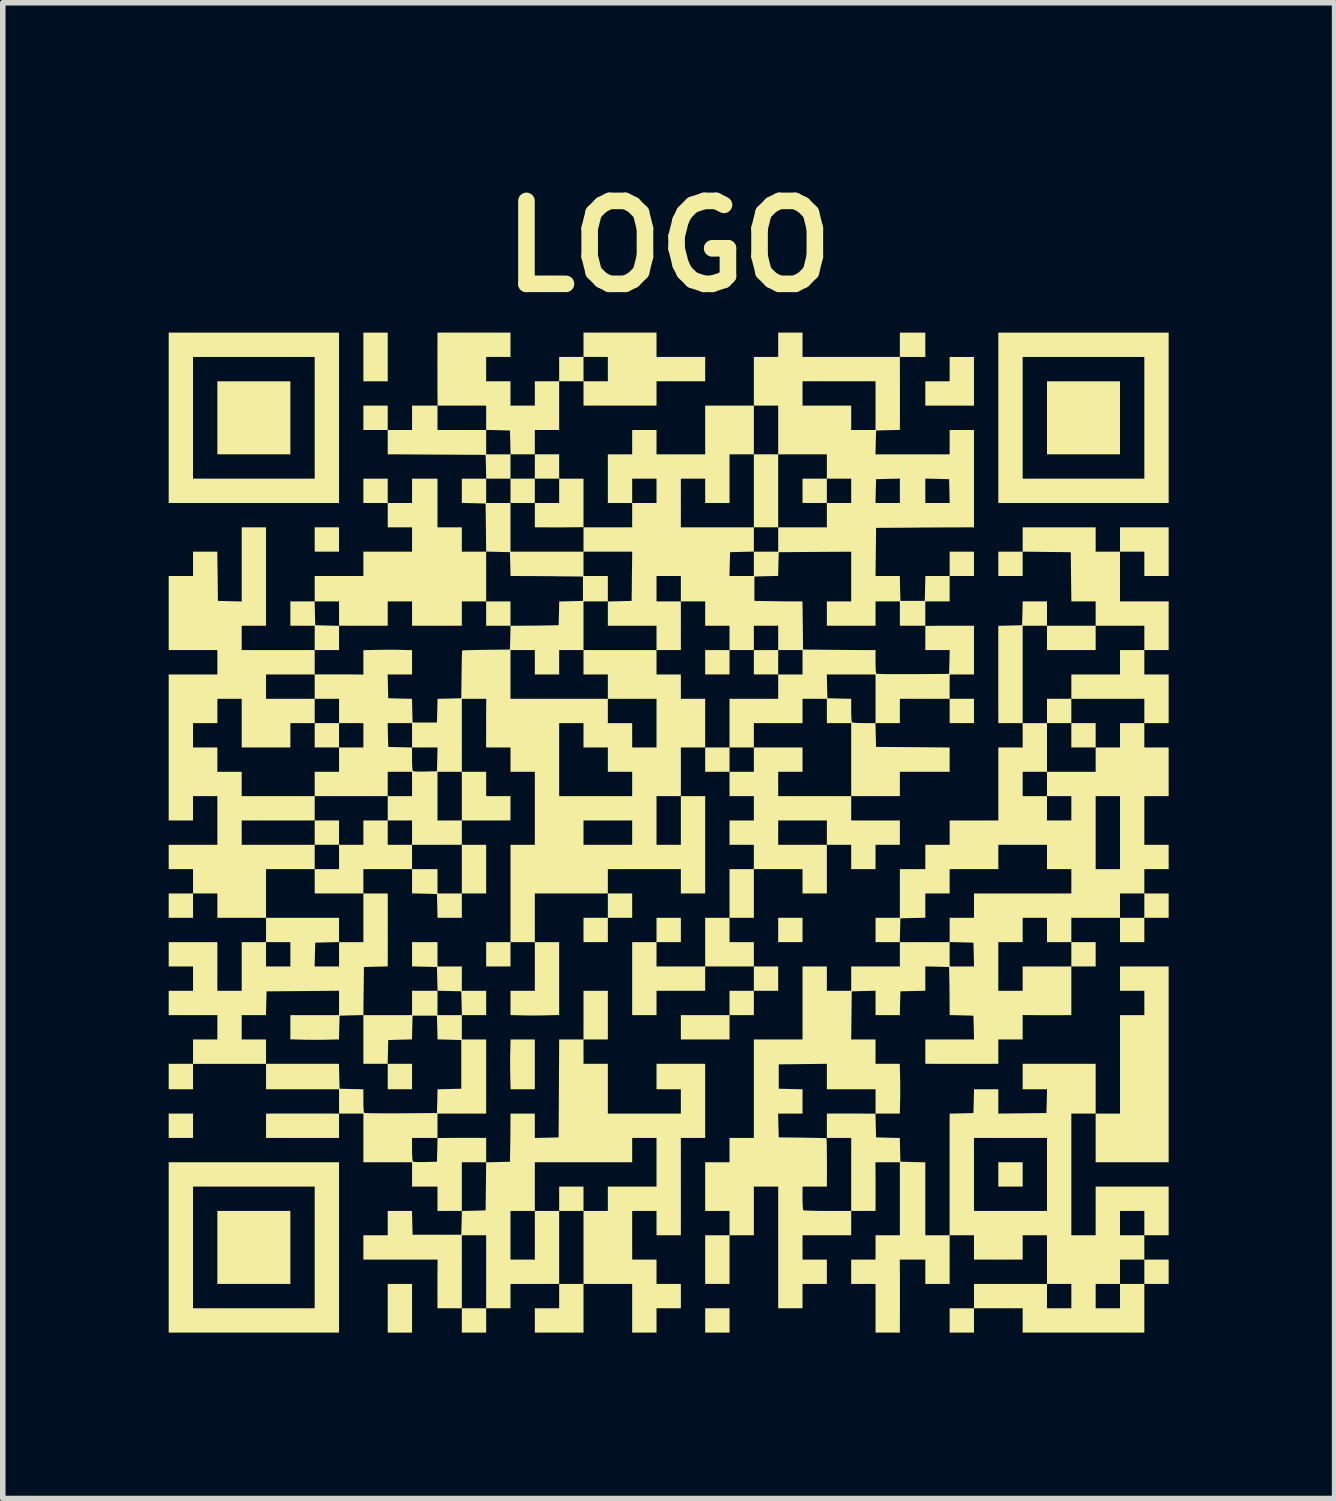
<source format=kicad_pcb>
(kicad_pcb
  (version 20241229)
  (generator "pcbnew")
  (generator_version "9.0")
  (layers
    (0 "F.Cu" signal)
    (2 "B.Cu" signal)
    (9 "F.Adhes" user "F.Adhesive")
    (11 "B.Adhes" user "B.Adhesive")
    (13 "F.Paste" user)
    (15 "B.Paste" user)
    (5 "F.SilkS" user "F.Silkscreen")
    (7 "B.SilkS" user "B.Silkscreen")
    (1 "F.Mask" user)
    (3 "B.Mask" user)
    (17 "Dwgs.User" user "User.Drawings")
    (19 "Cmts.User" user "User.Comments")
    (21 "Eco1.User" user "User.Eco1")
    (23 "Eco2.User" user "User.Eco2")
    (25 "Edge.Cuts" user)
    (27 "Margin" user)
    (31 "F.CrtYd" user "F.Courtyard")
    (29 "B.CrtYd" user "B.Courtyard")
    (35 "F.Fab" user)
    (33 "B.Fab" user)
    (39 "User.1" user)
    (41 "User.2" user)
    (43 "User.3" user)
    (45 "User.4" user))
  (footprint "LOGO"
    (layer "F.Cu")
    (at 9.04 12.004)
    (property "Reference" "LOGO" (at 0 -10.6 0) (layer "F.SilkS") (effects (font (size 1.5 1.5) (thickness 0.3))))
    (attr board_only exclude_from_pos_files exclude_from_bom)
    (fp_poly (pts (xy 4.18 -8.6) (xy 4.18 -8.6) (xy 4.18 -8.6) (xy 4.18 -8.6)) (stroke (width 0) (type solid)) (fill yes) (layer "F.SilkS"))
    (fp_poly (pts (xy -8.6 5.3) (xy -8.6 5.52) (xy -8.82 5.52) (xy -9.04 5.52) (xy -9.04 5.3) (xy -9.04 5.08) (xy -8.82 5.08) (xy -8.6 5.08)) (stroke (width 0) (type solid)) (fill yes) (layer "F.SilkS"))
    (fp_poly (pts (xy -6.84 -7.5) (xy -6.84 -6.84) (xy -7.5 -6.84) (xy -8.16 -6.84) (xy -8.16 -7.5) (xy -8.16 -8.16) (xy -7.5 -8.16) (xy -6.84 -8.16)) (stroke (width 0) (type solid)) (fill yes) (layer "F.SilkS"))
    (fp_poly (pts (xy -6.84 7.5) (xy -6.84 8.16) (xy -7.5 8.16) (xy -8.16 8.16) (xy -8.16 7.5) (xy -8.16 6.84) (xy -7.5 6.84) (xy -6.84 6.84)) (stroke (width 0) (type solid)) (fill yes) (layer "F.SilkS"))
    (fp_poly (pts (xy -5.96 -5.3) (xy -5.96 -5.08) (xy -6.18 -5.08) (xy -6.4 -5.08) (xy -6.4 -5.3) (xy -6.4 -5.52) (xy -6.18 -5.52) (xy -5.96 -5.52)) (stroke (width 0) (type solid)) (fill yes) (layer "F.SilkS"))
    (fp_poly (pts (xy -5.96 -1.76) (xy -5.96 -1.54) (xy -6.18 -1.54) (xy -6.4 -1.54) (xy -6.4 -1.76) (xy -6.4 -1.98) (xy -6.18 -1.98) (xy -5.96 -1.98)) (stroke (width 0) (type solid)) (fill yes) (layer "F.SilkS"))
    (fp_poly (pts (xy -5.96 0) (xy -5.96 0.22) (xy -6.18 0.22) (xy -6.4 0.22) (xy -6.4 0) (xy -6.4 -0.22) (xy -6.18 -0.22) (xy -5.96 -0.22)) (stroke (width 0) (type solid)) (fill yes) (layer "F.SilkS"))
    (fp_poly (pts (xy -5.08 -8.6) (xy -5.08 -8.16) (xy -5.3 -8.16) (xy -5.52 -8.16) (xy -5.52 -8.6) (xy -5.52 -9.04) (xy -5.3 -9.04) (xy -5.08 -9.04)) (stroke (width 0) (type solid)) (fill yes) (layer "F.SilkS"))
    (fp_poly (pts (xy -4.64 4.41) (xy -4.64 4.64) (xy -4.86 4.64) (xy -5.08 4.64) (xy -5.08 4.41) (xy -5.08 4.18) (xy -4.86 4.18) (xy -4.64 4.18)) (stroke (width 0) (type solid)) (fill yes) (layer "F.SilkS"))
    (fp_poly (pts (xy -4.64 8.6) (xy -4.64 9.04) (xy -4.86 9.04) (xy -5.08 9.04) (xy -5.08 8.6) (xy -5.08 8.16) (xy -4.86 8.16) (xy -4.64 8.16)) (stroke (width 0) (type solid)) (fill yes) (layer "F.SilkS"))
    (fp_poly (pts (xy -2.86 -3.96) (xy -2.86 -3.74) (xy -3.08 -3.74) (xy -3.3 -3.74) (xy -3.3 -3.96) (xy -3.3 -4.18) (xy -3.08 -4.18) (xy -2.86 -4.18)) (stroke (width 0) (type solid)) (fill yes) (layer "F.SilkS"))
    (fp_poly (pts (xy -2.42 -6.18) (xy -2.42 -5.96) (xy -2.64 -5.96) (xy -2.86 -5.96) (xy -2.86 -6.18) (xy -2.86 -6.4) (xy -2.64 -6.4) (xy -2.42 -6.4)) (stroke (width 0) (type solid)) (fill yes) (layer "F.SilkS"))
    (fp_poly (pts (xy -1.54 6.62) (xy -1.54 6.84) (xy -1.76 6.84) (xy -1.98 6.84) (xy -1.98 6.62) (xy -1.98 6.4) (xy -1.76 6.4) (xy -1.54 6.4)) (stroke (width 0) (type solid)) (fill yes) (layer "F.SilkS"))
    (fp_poly (pts (xy 1.1 -3.08) (xy 1.1 -2.86) (xy 0.88 -2.86) (xy 0.66 -2.86) (xy 0.66 -3.08) (xy 0.66 -3.3) (xy 0.88 -3.3) (xy 1.1 -3.3)) (stroke (width 0) (type solid)) (fill yes) (layer "F.SilkS"))
    (fp_poly (pts (xy 1.1 8.82) (xy 1.1 9.04) (xy 0.88 9.04) (xy 0.66 9.04) (xy 0.66 8.82) (xy 0.66 8.6) (xy 0.88 8.6) (xy 1.1 8.6)) (stroke (width 0) (type solid)) (fill yes) (layer "F.SilkS"))
    (fp_poly (pts (xy 1.98 -6.18) (xy 1.98 -5.52) (xy 1.76 -5.52) (xy 1.54 -5.52) (xy 1.54 -6.18) (xy 1.54 -6.84) (xy 1.76 -6.84) (xy 1.98 -6.84)) (stroke (width 0) (type solid)) (fill yes) (layer "F.SilkS"))
    (fp_poly (pts (xy 1.98 -3.08) (xy 1.98 -2.86) (xy 1.76 -2.86) (xy 1.54 -2.86) (xy 1.54 -3.08) (xy 1.54 -3.3) (xy 1.76 -3.3) (xy 1.98 -3.3)) (stroke (width 0) (type solid)) (fill yes) (layer "F.SilkS"))
    (fp_poly (pts (xy 2.42 1.76) (xy 2.42 1.98) (xy 2.2 1.98) (xy 1.98 1.98) (xy 1.98 1.76) (xy 1.98 1.54) (xy 2.2 1.54) (xy 2.42 1.54)) (stroke (width 0) (type solid)) (fill yes) (layer "F.SilkS"))
    (fp_poly (pts (xy 2.86 -6.18) (xy 2.86 -5.96) (xy 2.64 -5.96) (xy 2.42 -5.96) (xy 2.42 -6.18) (xy 2.42 -6.4) (xy 2.64 -6.4) (xy 2.86 -6.4)) (stroke (width 0) (type solid)) (fill yes) (layer "F.SilkS"))
    (fp_poly (pts (xy 4.64 -8.82) (xy 4.64 -8.6) (xy 4.41 -8.6) (xy 4.18 -8.6) (xy 4.18 -8.82) (xy 4.18 -9.04) (xy 4.41 -9.04) (xy 4.64 -9.04)) (stroke (width 0) (type solid)) (fill yes) (layer "F.SilkS"))
    (fp_poly (pts (xy 5.52 -2.2) (xy 5.52 -1.98) (xy 5.3 -1.98) (xy 5.08 -1.98) (xy 5.08 -2.2) (xy 5.08 -2.42) (xy 5.3 -2.42) (xy 5.52 -2.42)) (stroke (width 0) (type solid)) (fill yes) (layer "F.SilkS"))
    (fp_poly (pts (xy 6.4 6.18) (xy 6.4 6.4) (xy 6.18 6.4) (xy 5.96 6.4) (xy 5.96 6.18) (xy 5.96 5.96) (xy 6.18 5.96) (xy 6.4 5.96)) (stroke (width 0) (type solid)) (fill yes) (layer "F.SilkS"))
    (fp_poly (pts (xy 7.28 -2.2) (xy 7.28 -1.98) (xy 7.06 -1.98) (xy 6.84 -1.98) (xy 6.84 -2.2) (xy 6.84 -2.42) (xy 7.06 -2.42) (xy 7.28 -2.42)) (stroke (width 0) (type solid)) (fill yes) (layer "F.SilkS"))
    (fp_poly (pts (xy 7.72 -1.76) (xy 7.72 -1.54) (xy 7.5 -1.54) (xy 7.28 -1.54) (xy 7.28 -1.76) (xy 7.28 -1.98) (xy 7.5 -1.98) (xy 7.72 -1.98)) (stroke (width 0) (type solid)) (fill yes) (layer "F.SilkS"))
    (fp_poly (pts (xy 8.16 -7.5) (xy 8.16 -6.84) (xy 7.5 -6.84) (xy 6.84 -6.84) (xy 6.84 -7.5) (xy 6.84 -8.16) (xy 7.5 -8.16) (xy 8.16 -8.16)) (stroke (width 0) (type solid)) (fill yes) (layer "F.SilkS"))
    (fp_poly (pts (xy -2.42 4.19) (xy -2.42 4.64) (xy -2.639 4.64) (xy -2.858 4.64) (xy -2.864 4.405) (xy -2.866 4.282) (xy -2.867 4.145) (xy -2.866 4.016) (xy -2.864 3.955) (xy -2.859 3.74) (xy -2.639 3.74) (xy -2.42 3.74)) (stroke (width 0) (type solid)) (fill yes) (layer "F.SilkS"))
    (fp_poly (pts (xy 5.52 -8.16) (xy 5.52 -7.72) (xy 5.08 -7.72) (xy 4.64 -7.72) (xy 4.64 -7.94) (xy 4.64 -8.16) (xy 4.86 -8.16) (xy 5.08 -8.16) (xy 5.08 -8.38) (xy 5.08 -8.6) (xy 5.3 -8.6) (xy 5.52 -8.6)) (stroke (width 0) (type solid)) (fill yes) (layer "F.SilkS"))
    (fp_poly (pts (xy -6.704 5.079) (xy -6.555 5.079) (xy -6.409 5.079) (xy -6.395 5.079) (xy -5.96 5.08) (xy -5.96 5.3) (xy -5.96 5.52) (xy -6.62 5.52) (xy -7.28 5.52) (xy -7.28 5.3) (xy -7.28 5.08) (xy -7.055 5.079) (xy -6.964 5.079) (xy -6.843 5.079)) (stroke (width 0) (type solid)) (fill yes) (layer "F.SilkS"))
    (fp_poly (pts (xy -1.98 2.639) (xy -1.98 3.298) (xy -2.215 3.304) (xy -2.336 3.306) (xy -2.469 3.307) (xy -2.594 3.306) (xy -2.655 3.304) (xy -2.86 3.299) (xy -2.86 3.079) (xy -2.86 2.86) (xy -2.64 2.86) (xy -2.42 2.86) (xy -2.42 2.42) (xy -2.42 1.98) (xy -2.2 1.98) (xy -1.98 1.98)) (stroke (width 0) (type solid)) (fill yes) (layer "F.SilkS"))
    (fp_poly (pts (xy -1.54 -5.96) (xy -1.54 -5.522) (xy -1.765 -5.52) (xy -1.887 -5.519) (xy -2.024 -5.519) (xy -2.154 -5.519) (xy -2.205 -5.519) (xy -2.42 -5.52) (xy -2.42 -5.74) (xy -2.42 -5.96) (xy -2.2 -5.96) (xy -1.98 -5.96) (xy -1.98 -6.18) (xy -1.98 -6.4) (xy -1.76 -6.4) (xy -1.54 -6.4)) (stroke (width 0) (type solid)) (fill yes) (layer "F.SilkS"))
    (fp_poly (pts (xy -0.66 1.32) (xy -0.66 1.54) (xy -0.88 1.54) (xy -1.1 1.54) (xy -1.1 1.76) (xy -1.1 1.98) (xy -1.32 1.98) (xy -1.54 1.98) (xy -1.54 1.76) (xy -1.54 1.54) (xy -1.32 1.54) (xy -1.1 1.54) (xy -1.1 1.32) (xy -1.1 1.1) (xy -0.88 1.1) (xy -0.66 1.1)) (stroke (width 0) (type solid)) (fill yes) (layer "F.SilkS"))
    (fp_poly (pts (xy -5.96 -7.5) (xy -5.96 -5.96) (xy -7.5 -5.96) (xy -9.04 -5.96) (xy -9.04 -7.5) (xy -8.6 -7.5) (xy -8.6 -6.4) (xy -7.5 -6.4) (xy -6.4 -6.4) (xy -6.4 -7.5) (xy -6.4 -8.6) (xy -7.5 -8.6) (xy -8.6 -8.6) (xy -8.6 -7.5) (xy -9.04 -7.5) (xy -9.04 -9.04) (xy -7.5 -9.04) (xy -5.96 -9.04)) (stroke (width 0) (type solid)) (fill yes) (layer "F.SilkS"))
    (fp_poly (pts (xy -5.96 7.5) (xy -5.96 9.04) (xy -7.5 9.04) (xy -9.04 9.04) (xy -9.04 7.5) (xy -8.6 7.5) (xy -8.6 8.6) (xy -7.5 8.6) (xy -6.4 8.6) (xy -6.4 7.5) (xy -6.4 6.4) (xy -7.5 6.4) (xy -8.6 6.4) (xy -8.6 7.5) (xy -9.04 7.5) (xy -9.04 5.96) (xy -7.5 5.96) (xy -5.96 5.96)) (stroke (width 0) (type solid)) (fill yes) (layer "F.SilkS"))
    (fp_poly (pts (xy 9.04 -7.5) (xy 9.04 -5.96) (xy 7.5 -5.96) (xy 5.96 -5.96) (xy 5.96 -7.5) (xy 6.4 -7.5) (xy 6.4 -6.4) (xy 7.5 -6.4) (xy 8.6 -6.4) (xy 8.6 -7.5) (xy 8.6 -8.6) (xy 7.5 -8.6) (xy 6.4 -8.6) (xy 6.4 -7.5) (xy 5.96 -7.5) (xy 5.96 -9.04) (xy 7.5 -9.04) (xy 9.04 -9.04)) (stroke (width 0) (type solid)) (fill yes) (layer "F.SilkS"))
    (fp_poly (pts (xy -4.18 2.2) (xy -4.18 2.42) (xy -3.96 2.42) (xy -3.74 2.42) (xy -3.74 2.64) (xy -3.74 2.86) (xy -3.52 2.86) (xy -3.3 2.86) (xy -3.3 3.08) (xy -3.3 3.3) (xy -3.52 3.3) (xy -3.739 3.3) (xy -3.744 3.085) (xy -3.75 2.87) (xy -3.965 2.864) (xy -4.179 2.859) (xy -4.184 2.645) (xy -4.19 2.43) (xy -4.415 2.424) (xy -4.64 2.419) (xy -4.64 2.199) (xy -4.64 1.98) (xy -4.41 1.98) (xy -4.18 1.98)) (stroke (width 0) (type solid)) (fill yes) (layer "F.SilkS"))
    (fp_poly (pts (xy -3.3 0.66) (xy -3.3 1.1) (xy -3.52 1.1) (xy -3.74 1.1) (xy -3.74 1.32) (xy -3.74 1.54) (xy -3.959 1.54) (xy -4.179 1.54) (xy -4.184 1.325) (xy -4.19 1.11) (xy -4.415 1.104) (xy -4.64 1.099) (xy -4.64 0.879) (xy -4.64 0.66) (xy -4.41 0.66) (xy -4.18 0.66) (xy -4.18 0.88) (xy -4.18 1.1) (xy -3.96 1.1) (xy -3.74 1.1) (xy -3.74 0.66) (xy -3.74 0.22) (xy -3.52 0.22) (xy -3.3 0.22)) (stroke (width 0) (type solid)) (fill yes) (layer "F.SilkS"))
    (fp_poly (pts (xy 1.98 2.64) (xy 1.98 2.86) (xy 1.76 2.86) (xy 1.54 2.86) (xy 1.54 3.08) (xy 1.54 3.3) (xy 1.32 3.3) (xy 1.1 3.3) (xy 1.1 3.52) (xy 1.1 3.74) (xy 0.66 3.74) (xy 0.22 3.74) (xy 0.22 3.52) (xy 0.22 3.3) (xy 0.66 3.3) (xy 1.1 3.3) (xy 1.1 3.08) (xy 1.1 2.86) (xy 1.32 2.86) (xy 1.54 2.86) (xy 1.54 2.64) (xy 1.54 2.42) (xy 1.76 2.42) (xy 1.98 2.42)) (stroke (width 0) (type solid)) (fill yes) (layer "F.SilkS"))
    (fp_poly (pts (xy -5.08 -7.5) (xy -5.08 -7.28) (xy -4.86 -7.28) (xy -4.64 -7.28) (xy -4.64 -7.5) (xy -4.64 -7.72) (xy -4.409 -7.72) (xy -4.18 -7.72) (xy -4.18 -7.5) (xy -4.18 -7.28) (xy -3.74 -7.28) (xy -3.3 -7.28) (xy -3.3 -7.06) (xy -3.3 -6.84) (xy -3.08 -6.84) (xy -2.86 -6.84) (xy -2.86 -6.62) (xy -2.86 -6.4) (xy -3.08 -6.4) (xy -3.299 -6.4) (xy -3.304 -6.615) (xy -3.31 -6.83) (xy -4.195 -6.835) (xy -5.08 -6.84) (xy -5.08 -7.06) (xy -5.08 -7.28) (xy -5.3 -7.28) (xy -5.52 -7.28) (xy -5.52 -7.5) (xy -5.52 -7.72) (xy -5.3 -7.72) (xy -5.08 -7.72)) (stroke (width 0) (type solid)) (fill yes) (layer "F.SilkS"))
    (fp_poly (pts (xy -2.86 -8.82) (xy -2.86 -8.6) (xy -3.08 -8.6) (xy -3.3 -8.6) (xy -3.3 -8.38) (xy -3.3 -8.16) (xy -3.08 -8.16) (xy -2.86 -8.16) (xy -2.86 -7.94) (xy -2.86 -7.72) (xy -2.64 -7.72) (xy -2.42 -7.72) (xy -2.42 -7.94) (xy -2.42 -8.16) (xy -2.2 -8.16) (xy -1.98 -8.16) (xy -1.98 -8.38) (xy -1.54 -8.38) (xy -1.54 -8.16) (xy -1.32 -8.16) (xy -1.1 -8.16) (xy -1.1 -8.38) (xy -1.1 -8.6) (xy -1.32 -8.6) (xy -1.54 -8.6) (xy -1.54 -8.38) (xy -1.98 -8.38) (xy -1.98 -8.6) (xy -1.76 -8.6) (xy -1.54 -8.6) (xy -1.54 -8.82) (xy -1.54 -9.04) (xy -0.88 -9.04) (xy -0.22 -9.04) (xy -0.22 -8.82) (xy -0.22 -8.6) (xy 0.22 -8.6) (xy 0.66 -8.6) (xy 0.66 -8.38) (xy 0.66 -8.16) (xy 0.22 -8.16) (xy -0.22 -8.16) (xy -0.22 -7.94) (xy -0.22 -7.72) (xy -0.88 -7.72) (xy -1.54 -7.72) (xy -1.54 -7.94) (xy -1.54 -8.16) (xy -1.76 -8.16) (xy -1.98 -8.16) (xy -1.98 -7.72) (xy -1.98 -7.28) (xy -2.2 -7.28) (xy -2.42 -7.28) (xy -2.42 -7.06) (xy -2.42 -6.84) (xy -2.2 -6.84) (xy -1.98 -6.84) (xy -1.98 -6.62) (xy -1.98 -6.4) (xy -2.2 -6.4) (xy -2.42 -6.4) (xy -2.42 -6.62) (xy -2.42 -6.84) (xy -2.639 -6.84) (xy -2.859 -6.84) (xy -2.864 -7.055) (xy -2.87 -7.27) (xy -3.085 -7.276) (xy -3.3 -7.281) (xy -3.3 -7.501) (xy -3.3 -7.72) (xy -3.74 -7.72) (xy -4.178 -7.72) (xy -4.18 -7.935) (xy -4.181 -8.022) (xy -4.181 -8.139) (xy -4.181 -8.276) (xy -4.181 -8.423) (xy -4.181 -8.57) (xy -4.181 -8.595) (xy -4.18 -9.04) (xy -3.52 -9.04) (xy -2.86 -9.04)) (stroke (width 0) (type solid)) (fill yes) (layer "F.SilkS"))
    (fp_poly (pts (xy -5.079 1.32) (xy -5.079 1.44) (xy -5.079 1.578) (xy -5.079 1.712) (xy -5.079 1.77) (xy -5.079 1.892) (xy -5.079 2.026) (xy -5.079 2.153) (xy -5.079 2.209) (xy -5.08 2.419) (xy -5.295 2.424) (xy -5.51 2.43) (xy -5.515 2.865) (xy -5.52 3.3) (xy -5.08 3.3) (xy -4.64 3.3) (xy -4.64 3.08) (xy -4.64 2.86) (xy -4.409 2.86) (xy -4.18 2.86) (xy -4.18 3.079) (xy -4.18 3.3) (xy -3.959 3.3) (xy -3.74 3.3) (xy -3.74 3.52) (xy -3.74 3.74) (xy -3.52 3.74) (xy -3.3 3.74) (xy -3.3 4.41) (xy -3.3 5.08) (xy -3.74 5.08) (xy -4.18 5.08) (xy -4.18 5.301) (xy -4.18 5.52) (xy -4.409 5.52) (xy -4.64 5.52) (xy -4.64 5.727) (xy -4.639 5.814) (xy -4.635 5.886) (xy -4.63 5.933) (xy -4.626 5.947) (xy -4.601 5.953) (xy -4.546 5.956) (xy -4.468 5.957) (xy -4.401 5.956) (xy -4.19 5.95) (xy -4.184 5.735) (xy -4.179 5.522) (xy -3.965 5.52) (xy -3.846 5.519) (xy -3.71 5.519) (xy -3.578 5.519) (xy -3.525 5.519) (xy -3.3 5.52) (xy -3.3 5.741) (xy -3.3 5.961) (xy -3.085 5.956) (xy -2.87 5.95) (xy -2.866 5.73) (xy -2.864 5.608) (xy -2.862 5.471) (xy -2.861 5.341) (xy -2.861 5.295) (xy -2.86 5.08) (xy -2.64 5.08) (xy -2.42 5.08) (xy -2.42 5.301) (xy -2.42 5.521) (xy -2.205 5.516) (xy -1.99 5.51) (xy -1.985 4.625) (xy -1.98 3.74) (xy -1.76 3.74) (xy -1.54 3.74) (xy -1.54 3.3) (xy -1.54 2.86) (xy -1.32 2.86) (xy -1.1 2.86) (xy -1.1 3.3) (xy -1.1 3.74) (xy -1.32 3.74) (xy -1.54 3.74) (xy -1.54 3.96) (xy -1.54 4.18) (xy -1.32 4.18) (xy -1.1 4.18) (xy -1.1 4.63) (xy -1.1 5.08) (xy -0.44 5.08) (xy 0.22 5.08) (xy 0.22 4.86) (xy 0.22 4.64) (xy 0 4.64) (xy -0.22 4.64) (xy -0.22 4.41) (xy -0.22 4.18) (xy 0.22 4.18) (xy 0.66 4.18) (xy 0.66 4.85) (xy 0.66 5.52) (xy 0.44 5.52) (xy 0.22 5.52) (xy 0.22 6.4) (xy 0.22 7.28) (xy 0 7.28) (xy -0.22 7.28) (xy -0.22 7.06) (xy -0.22 6.84) (xy -0.44 6.84) (xy -0.66 6.84) (xy -0.66 7.28) (xy -0.66 7.72) (xy -0.44 7.72) (xy -0.22 7.72) (xy -0.22 7.94) (xy -0.22 8.16) (xy 0 8.16) (xy 0.22 8.16) (xy 0.22 8.38) (xy 0.22 8.6) (xy 0 8.6) (xy -0.22 8.6) (xy -0.22 8.82) (xy -0.22 9.04) (xy -0.44 9.04) (xy -0.66 9.04) (xy -0.66 8.6) (xy -0.66 8.16) (xy -1.1 8.16) (xy -1.54 8.16) (xy -1.54 8.6) (xy -1.54 9.04) (xy -1.98 9.04) (xy -2.42 9.04) (xy -2.42 8.82) (xy -2.42 8.6) (xy -2.2 8.6) (xy -1.98 8.6) (xy -1.98 8.38) (xy -1.98 8.16) (xy -2.42 8.16) (xy -2.86 8.16) (xy -2.86 8.38) (xy -2.86 8.6) (xy -3.08 8.6) (xy -3.3 8.6) (xy -3.3 8.82) (xy -3.3 9.04) (xy -3.52 9.04) (xy -3.74 9.04) (xy -3.74 8.82) (xy -3.74 8.6) (xy -3.96 8.6) (xy -4.18 8.6) (xy -4.181 8.375) (xy -4.181 8.253) (xy -4.181 8.116) (xy -4.181 7.986) (xy -4.18 7.94) (xy -3.74 7.94) (xy -3.74 8.6) (xy -3.52 8.6) (xy -3.3 8.6) (xy -3.3 7.94) (xy -3.3 7.28) (xy -3.52 7.28) (xy -3.74 7.28) (xy -3.74 7.94) (xy -4.18 7.94) (xy -4.18 7.935) (xy -4.178 7.72) (xy -4.849 7.72) (xy -5.52 7.72) (xy -5.52 7.5) (xy -5.52 7.28) (xy -5.3 7.28) (xy -5.08 7.28) (xy -5.08 7.06) (xy -5.08 6.84) (xy -4.861 6.84) (xy -4.641 6.84) (xy -4.636 7.055) (xy -4.63 7.27) (xy -4.19 7.27) (xy -3.75 7.27) (xy -3.744 7.055) (xy -3.739 6.841) (xy -3.689 6.84) (xy -2.86 6.84) (xy -2.86 7.28) (xy -2.86 7.72) (xy -2.64 7.72) (xy -2.42 7.72) (xy -2.42 7.28) (xy -2.42 6.84) (xy -2.2 6.84) (xy -1.98 6.84) (xy -1.98 7.5) (xy -1.98 8.16) (xy -1.76 8.16) (xy -1.54 8.16) (xy -1.54 7.5) (xy -1.54 6.84) (xy -1.32 6.84) (xy -1.1 6.84) (xy -1.1 6.62) (xy -1.1 6.4) (xy -0.66 6.4) (xy -0.22 6.4) (xy -0.22 5.96) (xy -0.22 5.52) (xy -0.44 5.52) (xy -0.66 5.52) (xy -0.66 5.74) (xy -0.66 5.96) (xy -1.54 5.96) (xy -2.42 5.96) (xy -2.42 6.4) (xy -2.42 6.84) (xy -2.64 6.84) (xy -2.86 6.84) (xy -3.689 6.84) (xy -3.525 6.836) (xy -3.31 6.83) (xy -3.305 6.395) (xy -3.3 5.96) (xy -3.52 5.96) (xy -3.74 5.96) (xy -3.74 6.401) (xy -3.74 6.84) (xy -3.959 6.84) (xy -4.18 6.84) (xy -4.18 6.62) (xy -4.18 6.4) (xy -4.41 6.4) (xy -4.64 6.4) (xy -4.64 6.18) (xy -4.64 5.96) (xy -5.08 5.96) (xy -5.52 5.96) (xy -5.52 5.52) (xy -5.52 5.08) (xy -5.74 5.08) (xy -5.96 5.08) (xy -5.96 4.86) (xy -5.96 4.64) (xy -6.62 4.64) (xy -7.28 4.64) (xy -7.28 4.411) (xy -7.28 4.181) (xy -7.94 4.181) (xy -8.6 4.181) (xy -8.6 4.411) (xy -8.6 4.64) (xy -8.82 4.64) (xy -9.04 4.64) (xy -9.04 4.41) (xy -9.04 4.18) (xy -8.82 4.18) (xy -8.6 4.18) (xy -8.6 3.96) (xy -8.6 3.74) (xy -8.38 3.74) (xy -8.16 3.74) (xy -8.16 3.52) (xy -8.16 3.3) (xy -7.72 3.3) (xy -7.72 3.52) (xy -7.72 3.74) (xy -7.5 3.74) (xy -7.28 3.74) (xy -7.28 3.96) (xy -7.28 4.18) (xy -6.621 4.18) (xy -5.961 4.18) (xy -5.956 4.405) (xy -5.95 4.63) (xy -5.735 4.636) (xy -5.52 4.641) (xy -5.52 4.847) (xy -5.519 4.934) (xy -5.516 5.006) (xy -5.511 5.053) (xy -5.507 5.066) (xy -5.485 5.069) (xy -5.427 5.072) (xy -5.339 5.074) (xy -5.225 5.075) (xy -5.091 5.075) (xy -4.941 5.075) (xy -4.842 5.075) (xy -4.19 5.07) (xy -4.184 4.856) (xy -4.179 4.641) (xy -3.964 4.636) (xy -3.75 4.63) (xy -3.75 4.19) (xy -3.75 3.75) (xy -3.964 3.744) (xy -4.179 3.739) (xy -4.184 3.524) (xy -4.19 3.31) (xy -4.41 3.31) (xy -4.63 3.31) (xy -4.636 3.524) (xy -4.641 3.739) (xy -4.856 3.744) (xy -5.07 3.75) (xy -5.076 3.965) (xy -5.081 4.18) (xy -5.301 4.18) (xy -5.52 4.18) (xy -5.52 3.739) (xy -5.52 3.299) (xy -5.735 3.304) (xy -5.95 3.31) (xy -5.956 3.524) (xy -5.961 3.739) (xy -6.166 3.744) (xy -6.277 3.746) (xy -6.407 3.746) (xy -6.538 3.745) (xy -6.605 3.744) (xy -6.84 3.738) (xy -6.84 3.519) (xy -6.84 3.3) (xy -6.4 3.3) (xy -5.96 3.3) (xy -5.96 3.08) (xy -5.96 2.859) (xy -6.615 2.865) (xy -7.27 2.87) (xy -7.276 3.085) (xy -7.281 3.3) (xy -7.501 3.3) (xy -7.72 3.3) (xy -8.16 3.3) (xy -8.6 3.3) (xy -9.04 3.3) (xy -9.04 3.08) (xy -9.04 2.86) (xy -8.82 2.86) (xy -8.6 2.86) (xy -8.6 2.64) (xy -8.6 2.42) (xy -8.82 2.42) (xy -9.04 2.42) (xy -9.04 2.2) (xy -9.04 1.98) (xy -8.6 1.98) (xy -8.16 1.98) (xy -8.16 2.42) (xy -8.16 2.86) (xy -7.94 2.86) (xy -7.72 2.86) (xy -7.72 2.42) (xy -7.72 2.2) (xy -7.28 2.2) (xy -7.28 2.42) (xy -7.06 2.42) (xy -6.84 2.42) (xy -6.84 2.2) (xy -6.84 1.98) (xy -7.06 1.98) (xy -7.28 1.98) (xy -7.28 2.2) (xy -7.72 2.2) (xy -7.72 1.98) (xy -7.5 1.98) (xy -7.28 1.98) (xy -7.28 1.76) (xy -7.28 1.54) (xy -6.62 1.54) (xy -5.96 1.54) (xy -5.96 1.759) (xy -5.96 1.979) (xy -6.175 1.984) (xy -6.39 1.99) (xy -6.396 2.205) (xy -6.401 2.42) (xy -6.181 2.42) (xy -5.96 2.42) (xy -5.96 2.2) (xy -5.96 1.98) (xy -5.74 1.98) (xy -5.52 1.98) (xy -5.52 1.54) (xy -5.52 1.1) (xy -5.3 1.1) (xy -5.08 1.1)) (stroke (width 0) (type solid)) (fill yes) (layer "F.SilkS"))
    (fp_poly (pts (xy 2.42 -8.82) (xy 2.42 -8.6) (xy 3.3 -8.6) (xy 4.18 -8.6) (xy 4.181 -8.155) (xy 4.181 -8.009) (xy 4.181 -7.862) (xy 4.181 -7.722) (xy 4.181 -7.601) (xy 4.181 -7.509) (xy 4.181 -7.496) (xy 4.18 -7.281) (xy 3.965 -7.276) (xy 3.75 -7.27) (xy 3.744 -7.055) (xy 3.739 -6.84) (xy 4.409 -6.84) (xy 5.08 -6.84) (xy 5.08 -7.06) (xy 5.08 -7.28) (xy 5.3 -7.28) (xy 5.52 -7.28) (xy 5.52 -6.4) (xy 5.52 -5.52) (xy 5.295 -5.519) (xy 5.218 -5.519) (xy 5.109 -5.519) (xy 4.973 -5.518) (xy 4.819 -5.517) (xy 4.652 -5.516) (xy 4.481 -5.515) (xy 4.41 -5.514) (xy 3.75 -5.51) (xy 3.745 -5.075) (xy 3.74 -4.64) (xy 3.959 -4.64) (xy 4.179 -4.64) (xy 4.184 -4.415) (xy 4.19 -4.19) (xy 4.41 -4.19) (xy 4.63 -4.19) (xy 4.636 -4.415) (xy 4.641 -4.64) (xy 4.861 -4.64) (xy 5.08 -4.64) (xy 5.08 -4.86) (xy 5.08 -5.08) (xy 5.3 -5.08) (xy 5.52 -5.08) (xy 5.52 -4.86) (xy 5.52 -4.64) (xy 5.3 -4.64) (xy 5.08 -4.64) (xy 5.08 -4.41) (xy 5.08 -4.18) (xy 4.86 -4.18) (xy 4.64 -4.18) (xy 4.64 -3.959) (xy 4.64 -3.74) (xy 4.41 -3.74) (xy 4.18 -3.74) (xy 4.18 -3.96) (xy 4.18 -4.18) (xy 3.96 -4.18) (xy 3.74 -4.18) (xy 3.74 -3.96) (xy 3.74 -3.74) (xy 3.3 -3.74) (xy 2.86 -3.74) (xy 2.86 -3.96) (xy 2.86 -4.18) (xy 3.08 -4.18) (xy 3.3 -4.18) (xy 3.3 -4.63) (xy 3.3 -5.079) (xy 2.645 -5.075) (xy 1.99 -5.07) (xy 1.984 -4.856) (xy 1.979 -4.641) (xy 1.764 -4.636) (xy 1.55 -4.63) (xy 1.55 -4.41) (xy 1.55 -4.19) (xy 1.77 -4.186) (xy 1.892 -4.184) (xy 2.029 -4.182) (xy 2.159 -4.181) (xy 2.205 -4.181) (xy 2.419 -4.18) (xy 2.425 -3.745) (xy 2.43 -3.31) (xy 2.87 -3.306) (xy 3.015 -3.304) (xy 3.163 -3.303) (xy 3.302 -3.302) (xy 3.422 -3.301) (xy 3.515 -3.301) (xy 3.525 -3.301) (xy 3.74 -3.3) (xy 3.74 -3.093) (xy 3.741 -3.006) (xy 3.744 -2.934) (xy 3.749 -2.887) (xy 3.753 -2.874) (xy 3.775 -2.871) (xy 3.833 -2.868) (xy 3.921 -2.866) (xy 4.035 -2.865) (xy 4.169 -2.865) (xy 4.319 -2.865) (xy 4.418 -2.865) (xy 5.07 -2.87) (xy 5.076 -3.085) (xy 5.081 -3.3) (xy 4.861 -3.3) (xy 4.64 -3.3) (xy 4.64 -3.52) (xy 4.64 -3.738) (xy 4.855 -3.74) (xy 4.974 -3.741) (xy 5.11 -3.741) (xy 5.242 -3.741) (xy 5.295 -3.741) (xy 5.52 -3.74) (xy 5.52 -3.3) (xy 5.52 -2.86) (xy 5.3 -2.86) (xy 5.08 -2.86) (xy 5.08 -2.64) (xy 5.08 -2.42) (xy 4.63 -2.42) (xy 4.18 -2.42) (xy 4.18 -2.2) (xy 4.18 -1.98) (xy 3.959 -1.98) (xy 3.74 -1.98) (xy 3.74 -2.42) (xy 3.74 -2.86) (xy 3.299 -2.86) (xy 2.859 -2.86) (xy 2.864 -2.645) (xy 2.87 -2.43) (xy 3.085 -2.424) (xy 3.3 -2.419) (xy 3.3 -2.213) (xy 3.301 -2.126) (xy 3.305 -2.054) (xy 3.309 -2.007) (xy 3.313 -1.993) (xy 3.338 -1.988) (xy 3.393 -1.983) (xy 3.47 -1.981) (xy 3.533 -1.98) (xy 3.739 -1.98) (xy 3.744 -1.765) (xy 3.75 -1.55) (xy 4.415 -1.545) (xy 5.08 -1.539) (xy 5.08 -1.32) (xy 5.08 -1.1) (xy 4.63 -1.1) (xy 4.18 -1.1) (xy 4.18 -0.88) (xy 4.18 -0.66) (xy 3.74 -0.66) (xy 3.3 -0.66) (xy 3.3 -0.44) (xy 3.3 -0.22) (xy 3.74 -0.22) (xy 4.18 -0.22) (xy 4.18 0) (xy 4.18 0.22) (xy 3.96 0.22) (xy 3.74 0.22) (xy 3.74 0.44) (xy 3.74 0.66) (xy 3.52 0.66) (xy 3.3 0.66) (xy 3.3 0.44) (xy 3.3 0.22) (xy 3.08 0.22) (xy 2.86 0.22) (xy 2.86 0.66) (xy 2.86 1.1) (xy 2.64 1.1) (xy 2.42 1.1) (xy 2.42 0.88) (xy 2.42 0.66) (xy 1.98 0.66) (xy 1.54 0.66) (xy 1.54 1.1) (xy 1.54 1.54) (xy 1.32 1.54) (xy 1.1 1.54) (xy 1.1 1.76) (xy 1.1 1.98) (xy 1.32 1.98) (xy 1.54 1.98) (xy 1.54 2.2) (xy 1.54 2.42) (xy 1.1 2.42) (xy 0.66 2.42) (xy 0.66 2.64) (xy 0.66 2.86) (xy 0.22 2.86) (xy -0.22 2.86) (xy -0.22 3.08) (xy -0.22 3.3) (xy -0.44 3.3) (xy -0.66 3.3) (xy -0.66 2.64) (xy -0.66 1.98) (xy -0.44 1.98) (xy -0.22 1.98) (xy -0.22 1.76) (xy -0.22 1.54) (xy 0 1.54) (xy 0.22 1.54) (xy 0.22 1.76) (xy 0.22 1.98) (xy 0 1.98) (xy -0.22 1.98) (xy -0.22 2.2) (xy -0.22 2.42) (xy 0.22 2.42) (xy 0.66 2.42) (xy 0.66 1.98) (xy 0.66 1.54) (xy 0.88 1.54) (xy 1.1 1.54) (xy 1.1 1.1) (xy 1.1 0.66) (xy 1.32 0.66) (xy 1.54 0.66) (xy 1.54 0.44) (xy 1.54 0.22) (xy 1.32 0.22) (xy 1.1 0.22) (xy 1.1 0) (xy 1.98 0) (xy 1.98 0.22) (xy 2.42 0.22) (xy 2.86 0.22) (xy 2.86 0) (xy 2.86 -0.22) (xy 2.42 -0.22) (xy 1.98 -0.22) (xy 1.98 0) (xy 1.1 0) (xy 1.1 -0.22) (xy 1.32 -0.22) (xy 1.54 -0.22) (xy 1.54 -0.44) (xy 1.54 -0.66) (xy 1.32 -0.66) (xy 1.1 -0.66) (xy 1.1 -0.88) (xy 1.1 -1.1) (xy 0.88 -1.1) (xy 0.66 -1.1) (xy 0.66 -1.32) (xy 0.66 -1.54) (xy 0.88 -1.54) (xy 1.1 -1.54) (xy 1.1 -1.32) (xy 1.1 -1.1) (xy 1.32 -1.1) (xy 1.54 -1.1) (xy 1.54 -1.32) (xy 1.54 -1.54) (xy 1.98 -1.54) (xy 2.42 -1.54) (xy 2.42 -1.32) (xy 2.42 -1.1) (xy 2.2 -1.1) (xy 1.98 -1.1) (xy 1.98 -0.88) (xy 1.98 -0.66) (xy 2.64 -0.66) (xy 3.3 -0.66) (xy 3.3 -1.32) (xy 3.3 -1.98) (xy 3.08 -1.98) (xy 2.86 -1.98) (xy 2.86 -2.2) (xy 2.86 -2.42) (xy 2.64 -2.42) (xy 2.42 -2.42) (xy 2.42 -2.2) (xy 2.42 -1.98) (xy 1.98 -1.98) (xy 1.54 -1.98) (xy 1.54 -1.76) (xy 1.54 -1.54) (xy 1.32 -1.54) (xy 1.1 -1.54) (xy 1.1 -1.98) (xy 1.1 -2.42) (xy 1.54 -2.42) (xy 1.98 -2.42) (xy 1.98 -2.64) (xy 1.98 -2.86) (xy 2.2 -2.86) (xy 2.42 -2.86) (xy 2.42 -3.08) (xy 2.42 -3.3) (xy 2.2 -3.3) (xy 1.98 -3.3) (xy 1.98 -3.52) (xy 1.98 -3.74) (xy 1.76 -3.74) (xy 1.54 -3.74) (xy 1.54 -3.52) (xy 1.54 -3.3) (xy 1.32 -3.3) (xy 1.1 -3.3) (xy 1.1 -3.52) (xy 1.1 -3.74) (xy 0.88 -3.74) (xy 0.66 -3.74) (xy 0.66 -3.96) (xy 0.66 -4.18) (xy 0.44 -4.18) (xy 0.22 -4.18) (xy 0.22 -3.74) (xy 0.22 -3.3) (xy 0 -3.3) (xy -0.22 -3.3) (xy -0.22 -3.52) (xy -0.22 -3.74) (xy -0.66 -3.74) (xy -1.1 -3.74) (xy -1.1 -3.959) (xy -1.1 -4.179) (xy -0.885 -4.184) (xy -0.67 -4.19) (xy -0.667 -4.41) (xy -0.22 -4.41) (xy -0.22 -4.18) (xy 0 -4.18) (xy 0.22 -4.18) (xy 0.22 -4.41) (xy 0.22 -4.64) (xy 0 -4.64) (xy -0.22 -4.64) (xy -0.22 -4.41) (xy -0.667 -4.41) (xy -0.665 -4.635) (xy -0.659 -5.08) (xy -1.1 -5.08) (xy -1.54 -5.08) (xy -1.54 -5.301) (xy -1.54 -5.52) (xy -1.1 -5.52) (xy -0.66 -5.52) (xy -0.66 -5.74) (xy -0.66 -5.96) (xy -0.88 -5.96) (xy -1.1 -5.96) (xy -1.1 -6.18) (xy -0.66 -6.18) (xy -0.66 -5.96) (xy -0.44 -5.96) (xy -0.22 -5.96) (xy -0.22 -6.18) (xy -0.22 -6.4) (xy 0.22 -6.4) (xy 0.22 -5.96) (xy 0.22 -5.52) (xy 0.88 -5.52) (xy 1.54 -5.52) (xy 1.54 -5.301) (xy 1.54 -5.081) (xy 1.325 -5.076) (xy 1.11 -5.07) (xy 1.104 -4.855) (xy 1.099 -4.64) (xy 1.319 -4.64) (xy 1.54 -4.64) (xy 1.54 -4.86) (xy 1.54 -5.08) (xy 1.76 -5.08) (xy 1.98 -5.08) (xy 1.98 -5.3) (xy 1.98 -5.52) (xy 2.42 -5.52) (xy 2.86 -5.52) (xy 2.86 -5.74) (xy 2.86 -5.96) (xy 3.08 -5.96) (xy 3.3 -5.96) (xy 3.739 -5.96) (xy 3.959 -5.96) (xy 4.18 -5.96) (xy 4.18 -6.181) (xy 4.64 -6.181) (xy 4.64 -5.96) (xy 4.861 -5.96) (xy 5.081 -5.96) (xy 5.076 -6.175) (xy 5.07 -6.39) (xy 4.855 -6.396) (xy 4.64 -6.401) (xy 4.64 -6.181) (xy 4.18 -6.181) (xy 4.18 -6.401) (xy 3.965 -6.396) (xy 3.75 -6.39) (xy 3.744 -6.175) (xy 3.739 -5.96) (xy 3.3 -5.96) (xy 3.3 -6.18) (xy 3.3 -6.4) (xy 3.08 -6.4) (xy 2.86 -6.4) (xy 2.86 -6.62) (xy 2.86 -6.84) (xy 2.42 -6.84) (xy 1.98 -6.84) (xy 1.98 -7.28) (xy 1.98 -7.72) (xy 1.76 -7.72) (xy 1.54 -7.72) (xy 1.54 -7.28) (xy 1.54 -6.84) (xy 1.32 -6.84) (xy 1.1 -6.84) (xy 1.1 -6.4) (xy 1.1 -5.96) (xy 0.88 -5.96) (xy 0.66 -5.96) (xy 0.66 -6.18) (xy 0.66 -6.4) (xy 0.44 -6.4) (xy 0.22 -6.4) (xy -0.22 -6.4) (xy -0.44 -6.4) (xy -0.66 -6.4) (xy -0.66 -6.18) (xy -1.1 -6.18) (xy -1.1 -6.4) (xy -1.1 -6.84) (xy -0.88 -6.84) (xy -0.66 -6.84) (xy -0.66 -7.06) (xy -0.66 -7.28) (xy -0.44 -7.28) (xy -0.22 -7.28) (xy -0.22 -7.06) (xy -0.22 -6.84) (xy 0.22 -6.84) (xy 0.66 -6.84) (xy 0.66 -7.28) (xy 0.66 -7.72) (xy 1.1 -7.72) (xy 1.54 -7.72) (xy 1.54 -7.94) (xy 2.42 -7.94) (xy 2.42 -7.72) (xy 2.86 -7.72) (xy 3.3 -7.72) (xy 3.3 -7.5) (xy 3.3 -7.28) (xy 3.52 -7.28) (xy 3.74 -7.28) (xy 3.74 -7.72) (xy 3.74 -8.16) (xy 3.08 -8.16) (xy 2.42 -8.16) (xy 2.42 -7.94) (xy 1.54 -7.94) (xy 1.54 -8.16) (xy 1.54 -8.6) (xy 1.76 -8.6) (xy 1.98 -8.6) (xy 1.98 -8.82) (xy 1.98 -9.04) (xy 2.2 -9.04) (xy 2.42 -9.04)) (stroke (width 0) (type solid)) (fill yes) (layer "F.SilkS"))
    (fp_poly (pts (xy -5.08 -6.18) (xy -5.08 -5.96) (xy -4.86 -5.96) (xy -4.64 -5.96) (xy -4.64 -6.18) (xy -4.64 -6.4) (xy -4.41 -6.4) (xy -4.18 -6.4) (xy -4.18 -5.96) (xy -4.18 -5.52) (xy -3.96 -5.52) (xy -3.74 -5.52) (xy -3.74 -5.3) (xy -3.74 -5.08) (xy -3.52 -5.08) (xy -3.3 -5.08) (xy -3.305 -5.515) (xy -3.31 -5.95) (xy -3.525 -5.956) (xy -3.74 -5.961) (xy -3.74 -6.181) (xy -3.74 -6.4) (xy -3.519 -6.4) (xy -3.3 -6.4) (xy -3.3 -6.18) (xy -3.3 -5.96) (xy -3.08 -5.96) (xy -2.86 -5.96) (xy -2.86 -5.52) (xy -2.86 -5.08) (xy -2.2 -5.08) (xy -1.54 -5.08) (xy -1.54 -4.86) (xy -1.54 -4.64) (xy -1.32 -4.64) (xy -1.1 -4.64) (xy -1.1 -4.41) (xy -1.1 -4.18) (xy -1.32 -4.18) (xy -1.54 -4.18) (xy -1.54 -3.74) (xy -1.54 -3.3) (xy -1.76 -3.3) (xy -1.98 -3.3) (xy -1.98 -3.08) (xy -1.98 -2.86) (xy -2.2 -2.86) (xy -2.42 -2.86) (xy -2.42 -3.08) (xy -2.42 -3.3) (xy -2.64 -3.3) (xy -2.86 -3.3) (xy -2.86 -2.86) (xy -2.86 -2.42) (xy -1.98 -2.42) (xy -1.1 -2.42) (xy -1.1 -2.64) (xy -1.1 -2.86) (xy -1.32 -2.86) (xy -1.54 -2.86) (xy -1.54 -3.08) (xy -1.54 -3.3) (xy -0.88 -3.3) (xy -0.22 -3.3) (xy -0.22 -3.08) (xy -0.22 -2.86) (xy 0 -2.86) (xy 0.22 -2.86) (xy 0.22 -2.64) (xy 0.22 -2.42) (xy 0.44 -2.42) (xy 0.66 -2.42) (xy 0.66 -1.98) (xy 0.66 -1.54) (xy 0.44 -1.54) (xy 0.22 -1.54) (xy 0.22 -1.1) (xy 0.22 -0.66) (xy 0 -0.66) (xy -0.22 -0.66) (xy -0.22 -0.22) (xy -0.22 0.22) (xy 0 0.22) (xy 0.22 0.22) (xy 0.22 -0.22) (xy 0.22 -0.66) (xy 0.44 -0.66) (xy 0.66 -0.66) (xy 0.66 0.22) (xy 0.66 1.1) (xy 0.44 1.1) (xy 0.22 1.1) (xy 0.22 0.88) (xy 0.22 0.66) (xy -0.44 0.66) (xy -1.1 0.66) (xy -1.1 0.88) (xy -1.1 1.1) (xy -1.76 1.1) (xy -2.42 1.1) (xy -2.42 1.54) (xy -2.42 1.98) (xy -2.64 1.98) (xy -2.86 1.98) (xy -2.86 2.2) (xy -2.86 2.42) (xy -3.08 2.42) (xy -3.3 2.42) (xy -3.3 2.2) (xy -3.3 1.98) (xy -3.08 1.98) (xy -2.86 1.98) (xy -2.86 1.1) (xy -2.86 0.22) (xy -2.64 0.22) (xy -2.42 0.22) (xy -2.42 0) (xy -1.54 0) (xy -1.54 0.22) (xy -1.1 0.22) (xy -0.66 0.22) (xy -0.66 0) (xy -0.66 -0.22) (xy -1.1 -0.22) (xy -1.54 -0.22) (xy -1.54 0) (xy -2.42 0) (xy -2.42 -0.44) (xy -2.42 -1.1) (xy -2.64 -1.1) (xy -2.86 -1.1) (xy -2.86 -1.32) (xy -1.98 -1.32) (xy -1.98 -0.66) (xy -1.32 -0.66) (xy -0.66 -0.66) (xy -0.66 -0.88) (xy -0.66 -1.1) (xy -0.88 -1.1) (xy -1.1 -1.1) (xy -1.1 -1.32) (xy -1.1 -1.54) (xy -1.32 -1.54) (xy -1.54 -1.54) (xy -1.54 -1.76) (xy -1.54 -1.98) (xy -1.76 -1.98) (xy -1.98 -1.98) (xy -1.98 -1.32) (xy -2.86 -1.32) (xy -2.86 -1.54) (xy -3.08 -1.54) (xy -3.3 -1.54) (xy -3.301 -1.765) (xy -3.301 -1.887) (xy -3.301 -2.024) (xy -3.301 -2.154) (xy -3.3 -2.2) (xy -1.1 -2.2) (xy -1.1 -1.98) (xy -0.88 -1.98) (xy -0.66 -1.98) (xy -0.66 -1.76) (xy -0.66 -1.54) (xy -0.44 -1.54) (xy -0.22 -1.54) (xy -0.22 -1.98) (xy -0.22 -2.42) (xy -0.66 -2.42) (xy -1.1 -2.42) (xy -1.1 -2.2) (xy -3.3 -2.2) (xy -3.3 -2.205) (xy -3.298 -2.42) (xy -3.519 -2.42) (xy -3.74 -2.42) (xy -3.74 -1.76) (xy -3.74 -1.1) (xy -3.96 -1.1) (xy -4.18 -1.1) (xy -4.18 -0.66) (xy -4.18 -0.22) (xy -3.96 -0.22) (xy -3.74 -0.22) (xy -3.74 -0.66) (xy -3.74 -1.1) (xy -3.52 -1.1) (xy -3.3 -1.1) (xy -3.3 -0.88) (xy -3.3 -0.66) (xy -3.08 -0.66) (xy -2.86 -0.66) (xy -2.86 -0.44) (xy -2.86 -0.22) (xy -3.3 -0.22) (xy -3.74 -0.22) (xy -3.74 0) (xy -3.74 0.22) (xy -4.19 0.22) (xy -4.64 0.22) (xy -4.64 0.44) (xy -4.64 0.66) (xy -5.08 0.66) (xy -5.52 0.66) (xy -5.52 0.88) (xy -5.52 1.1) (xy -5.96 1.1) (xy -6.4 1.1) (xy -6.4 0.88) (xy -6.4 0.66) (xy -6.18 0.66) (xy -5.96 0.66) (xy -5.96 0.44) (xy -5.96 0.22) (xy -5.74 0.22) (xy -5.52 0.22) (xy -5.52 0) (xy -5.08 0) (xy -5.08 0.22) (xy -4.86 0.22) (xy -4.64 0.22) (xy -4.64 0) (xy -4.64 -0.22) (xy -4.86 -0.22) (xy -5.08 -0.22) (xy -5.08 0) (xy -5.52 0) (xy -5.52 -0.22) (xy -5.3 -0.22) (xy -5.08 -0.22) (xy -5.08 -0.44) (xy -5.08 -0.66) (xy -4.86 -0.66) (xy -4.64 -0.66) (xy -4.64 -0.88) (xy -4.64 -1.1) (xy -4.86 -1.1) (xy -5.08 -1.1) (xy -5.08 -0.88) (xy -5.08 -0.66) (xy -5.74 -0.66) (xy -6.4 -0.66) (xy -6.4 -0.88) (xy -6.4 -1.1) (xy -6.18 -1.1) (xy -5.96 -1.1) (xy -5.96 -1.32) (xy -5.96 -1.54) (xy -5.74 -1.54) (xy -5.52 -1.54) (xy -5.52 -1.76) (xy -5.52 -1.98) (xy -5.081 -1.98) (xy -5.076 -1.765) (xy -5.07 -1.55) (xy -4.855 -1.544) (xy -4.64 -1.539) (xy -4.64 -1.333) (xy -4.639 -1.245) (xy -4.635 -1.174) (xy -4.63 -1.126) (xy -4.626 -1.113) (xy -4.601 -1.107) (xy -4.546 -1.104) (xy -4.468 -1.103) (xy -4.401 -1.104) (xy -4.19 -1.11) (xy -4.184 -1.325) (xy -4.179 -1.54) (xy -4.409 -1.54) (xy -4.64 -1.54) (xy -4.64 -1.76) (xy -4.64 -1.98) (xy -4.861 -1.98) (xy -5.081 -1.98) (xy -5.52 -1.98) (xy -5.74 -1.98) (xy -5.96 -1.98) (xy -5.96 -2.2) (xy -5.96 -2.42) (xy -6.18 -2.42) (xy -6.4 -2.42) (xy -6.4 -2.2) (xy -6.4 -1.98) (xy -6.62 -1.98) (xy -6.84 -1.98) (xy -6.84 -1.76) (xy -6.84 -1.54) (xy -7.28 -1.54) (xy -7.72 -1.54) (xy -7.72 -1.98) (xy -7.72 -2.42) (xy -7.94 -2.42) (xy -8.16 -2.42) (xy -8.16 -2.2) (xy -8.16 -1.98) (xy -8.38 -1.98) (xy -8.6 -1.98) (xy -8.6 -1.76) (xy -8.6 -1.54) (xy -8.38 -1.54) (xy -8.16 -1.54) (xy -8.16 -1.32) (xy -8.16 -1.1) (xy -7.94 -1.1) (xy -7.72 -1.1) (xy -7.72 -0.88) (xy -7.72 -0.66) (xy -7.06 -0.66) (xy -6.4 -0.66) (xy -6.4 -0.44) (xy -6.4 -0.22) (xy -7.06 -0.22) (xy -7.72 -0.22) (xy -7.72 0) (xy -7.72 0.22) (xy -7.06 0.22) (xy -6.4 0.22) (xy -6.4 0.44) (xy -6.4 0.66) (xy -6.84 0.66) (xy -7.28 0.66) (xy -7.28 1.1) (xy -7.28 1.54) (xy -7.72 1.54) (xy -8.16 1.54) (xy -8.16 1.32) (xy -8.16 1.1) (xy -8.38 1.1) (xy -8.6 1.1) (xy -8.6 1.32) (xy -8.6 1.54) (xy -8.82 1.54) (xy -9.04 1.54) (xy -9.04 1.32) (xy -9.04 1.1) (xy -8.82 1.1) (xy -8.6 1.1) (xy -8.6 0.88) (xy -8.6 0.66) (xy -8.82 0.66) (xy -9.04 0.66) (xy -9.04 0.44) (xy -9.04 0.22) (xy -8.6 0.22) (xy -8.16 0.22) (xy -8.16 -0.22) (xy -8.16 -0.66) (xy -8.38 -0.66) (xy -8.6 -0.66) (xy -8.6 -0.44) (xy -8.6 -0.22) (xy -8.82 -0.22) (xy -9.04 -0.22) (xy -9.04 -1.54) (xy -9.04 -2.86) (xy -8.6 -2.86) (xy -8.16 -2.86) (xy -8.16 -3.08) (xy -8.16 -3.3) (xy -8.6 -3.3) (xy -9.04 -3.3) (xy -9.04 -3.97) (xy -9.04 -4.64) (xy -8.82 -4.64) (xy -8.6 -4.64) (xy -8.6 -4.86) (xy -8.6 -5.08) (xy -8.38 -5.08) (xy -8.161 -5.08) (xy -8.155 -4.635) (xy -8.15 -4.19) (xy -7.935 -4.184) (xy -7.72 -4.179) (xy -7.72 -4.849) (xy -7.72 -5.52) (xy -7.5 -5.52) (xy -7.28 -5.52) (xy -7.28 -4.63) (xy -7.28 -3.74) (xy -7.5 -3.74) (xy -7.72 -3.74) (xy -7.72 -3.52) (xy -7.72 -3.3) (xy -7.06 -3.301) (xy -6.4 -3.301) (xy -6.4 -3.521) (xy -6.4 -3.74) (xy -6.62 -3.74) (xy -6.84 -3.74) (xy -6.84 -3.96) (xy -6.84 -4.18) (xy -6.62 -4.18) (xy -6.401 -4.18) (xy -6.396 -3.965) (xy -6.39 -3.75) (xy -6.175 -3.744) (xy -5.96 -3.739) (xy -5.96 -3.519) (xy -5.96 -3.3) (xy -6.18 -3.3) (xy -6.4 -3.3) (xy -6.4 -3.08) (xy -6.4 -2.86) (xy -6.84 -2.86) (xy -7.28 -2.86) (xy -7.28 -2.64) (xy -7.28 -2.42) (xy -6.84 -2.42) (xy -6.4 -2.42) (xy -6.4 -2.64) (xy -6.4 -2.86) (xy -6.175 -2.861) (xy -6.053 -2.861) (xy -5.916 -2.861) (xy -5.786 -2.861) (xy -5.735 -2.86) (xy -5.52 -2.858) (xy -5.52 -3.078) (xy -5.52 -3.298) (xy -5.285 -3.304) (xy -5.164 -3.306) (xy -5.031 -3.307) (xy -4.906 -3.306) (xy -4.845 -3.304) (xy -4.64 -3.299) (xy -4.64 -3.079) (xy -4.64 -2.86) (xy -4.861 -2.86) (xy -5.081 -2.86) (xy -5.076 -2.645) (xy -5.07 -2.43) (xy -4.856 -2.424) (xy -4.641 -2.419) (xy -4.636 -2.204) (xy -4.63 -1.99) (xy -4.41 -1.99) (xy -4.19 -1.99) (xy -4.184 -2.204) (xy -4.179 -2.419) (xy -3.964 -2.424) (xy -3.75 -2.43) (xy -3.745 -2.858) (xy -3.743 -2.985) (xy -3.741 -3.097) (xy -3.739 -3.189) (xy -3.736 -3.256) (xy -3.734 -3.29) (xy -3.733 -3.293) (xy -3.712 -3.296) (xy -3.657 -3.298) (xy -3.574 -3.3) (xy -3.468 -3.303) (xy -3.346 -3.304) (xy -3.298 -3.305) (xy -2.87 -3.31) (xy -2.864 -3.525) (xy -2.859 -3.74) (xy -2.644 -3.741) (xy -2.524 -3.742) (xy -2.388 -3.743) (xy -2.257 -3.745) (xy -2.21 -3.746) (xy -1.99 -3.75) (xy -1.984 -3.964) (xy -1.979 -4.179) (xy -1.764 -4.184) (xy -1.55 -4.19) (xy -1.55 -4.41) (xy -1.55 -4.63) (xy -1.99 -4.634) (xy -2.135 -4.636) (xy -2.282 -4.637) (xy -2.421 -4.638) (xy -2.542 -4.639) (xy -2.634 -4.639) (xy -2.644 -4.639) (xy -2.859 -4.64) (xy -2.864 -4.855) (xy -2.87 -5.07) (xy -3.085 -5.076) (xy -3.3 -5.081) (xy -3.3 -4.631) (xy -3.3 -4.18) (xy -3.52 -4.18) (xy -3.74 -4.18) (xy -3.74 -3.96) (xy -3.74 -3.74) (xy -4.19 -3.74) (xy -4.64 -3.74) (xy -4.64 -3.96) (xy -4.64 -4.18) (xy -4.86 -4.18) (xy -5.08 -4.18) (xy -5.08 -3.96) (xy -5.08 -3.74) (xy -5.52 -3.74) (xy -5.96 -3.74) (xy -5.96 -3.96) (xy -5.96 -4.18) (xy -6.181 -4.18) (xy -6.4 -4.18) (xy -6.4 -4.41) (xy -6.4 -4.64) (xy -5.96 -4.64) (xy -5.52 -4.64) (xy -5.52 -4.86) (xy -5.52 -5.08) (xy -5.08 -5.08) (xy -4.64 -5.08) (xy -4.64 -5.3) (xy -4.64 -5.52) (xy -4.86 -5.52) (xy -5.08 -5.52) (xy -5.08 -5.74) (xy -5.08 -5.96) (xy -5.3 -5.96) (xy -5.52 -5.96) (xy -5.52 -6.18) (xy -5.52 -6.4) (xy -5.3 -6.4) (xy -5.08 -6.4)) (stroke (width 0) (type solid)) (fill yes) (layer "F.SilkS"))
    (fp_poly (pts (xy 7.72 -5.3) (xy 7.72 -5.08) (xy 7.94 -5.08) (xy 8.16 -5.08) (xy 8.16 -5.3) (xy 8.16 -5.52) (xy 8.6 -5.52) (xy 9.04 -5.52) (xy 9.04 -5.08) (xy 9.04 -4.64) (xy 8.82 -4.64) (xy 8.6 -4.64) (xy 8.6 -4.86) (xy 8.6 -5.08) (xy 8.38 -5.08) (xy 8.16 -5.08) (xy 8.16 -4.63) (xy 8.16 -4.18) (xy 8.6 -4.18) (xy 9.04 -4.18) (xy 9.04 -3.74) (xy 9.04 -3.3) (xy 8.82 -3.3) (xy 8.6 -3.3) (xy 8.6 -3.08) (xy 8.6 -2.86) (xy 8.82 -2.86) (xy 9.04 -2.86) (xy 9.04 -2.42) (xy 9.04 -1.98) (xy 8.82 -1.98) (xy 8.6 -1.98) (xy 8.6 -1.76) (xy 8.6 -1.54) (xy 8.82 -1.54) (xy 9.04 -1.54) (xy 9.04 -1.1) (xy 9.04 -0.66) (xy 8.82 -0.66) (xy 8.6 -0.66) (xy 8.6 -0.22) (xy 8.6 0.22) (xy 8.82 0.22) (xy 9.04 0.22) (xy 9.04 0.44) (xy 9.04 0.66) (xy 8.82 0.66) (xy 8.6 0.66) (xy 8.6 0.88) (xy 8.6 1.1) (xy 8.38 1.1) (xy 8.16 1.1) (xy 8.16 1.32) (xy 8.16 1.54) (xy 8.38 1.54) (xy 8.6 1.54) (xy 8.6 1.32) (xy 8.6 1.1) (xy 8.82 1.1) (xy 9.04 1.1) (xy 9.04 1.32) (xy 9.04 1.54) (xy 8.82 1.54) (xy 8.6 1.54) (xy 8.6 1.76) (xy 8.6 1.98) (xy 8.38 1.98) (xy 8.16 1.98) (xy 8.16 1.76) (xy 8.16 1.54) (xy 7.72 1.54) (xy 7.28 1.54) (xy 7.28 1.76) (xy 7.28 1.98) (xy 7.06 1.98) (xy 6.84 1.98) (xy 6.84 1.76) (xy 6.84 1.54) (xy 6.62 1.54) (xy 6.4 1.54) (xy 6.4 1.76) (xy 6.4 1.98) (xy 6.18 1.98) (xy 5.96 1.98) (xy 5.96 2.42) (xy 5.96 2.86) (xy 6.18 2.86) (xy 6.4 2.86) (xy 6.4 2.64) (xy 6.4 2.42) (xy 6.84 2.42) (xy 7.28 2.42) (xy 7.28 2.2) (xy 7.28 1.98) (xy 7.5 1.98) (xy 7.72 1.98) (xy 7.72 2.2) (xy 7.72 2.42) (xy 7.5 2.42) (xy 7.28 2.42) (xy 7.28 2.86) (xy 7.28 3.3) (xy 7.055 3.301) (xy 6.933 3.301) (xy 6.796 3.301) (xy 6.666 3.301) (xy 6.615 3.3) (xy 6.4 3.298) (xy 6.4 3.519) (xy 6.4 3.74) (xy 6.18 3.74) (xy 5.96 3.74) (xy 5.96 3.96) (xy 5.96 4.18) (xy 5.74 4.181) (xy 5.62 4.181) (xy 5.482 4.181) (xy 5.348 4.181) (xy 5.29 4.181) (xy 5.168 4.181) (xy 5.033 4.181) (xy 4.906 4.181) (xy 4.85 4.181) (xy 4.64 4.18) (xy 4.64 3.96) (xy 4.64 3.74) (xy 5.081 3.74) (xy 5.521 3.74) (xy 5.516 3.525) (xy 5.51 3.31) (xy 5.295 3.304) (xy 5.08 3.299) (xy 5.079 3.084) (xy 5.078 2.964) (xy 5.077 2.828) (xy 5.075 2.697) (xy 5.074 2.65) (xy 5.07 2.43) (xy 4.855 2.424) (xy 4.64 2.419) (xy 4.64 2.639) (xy 4.64 2.859) (xy 4.415 2.864) (xy 4.19 2.87) (xy 4.184 3.085) (xy 4.179 3.3) (xy 3.959 3.3) (xy 3.74 3.3) (xy 3.74 3.079) (xy 3.74 2.859) (xy 3.525 2.864) (xy 3.31 2.87) (xy 3.305 3.305) (xy 3.3 3.74) (xy 3.52 3.74) (xy 3.74 3.74) (xy 3.74 3.96) (xy 3.74 4.18) (xy 3.959 4.18) (xy 4.178 4.18) (xy 4.184 4.415) (xy 4.186 4.538) (xy 4.187 4.675) (xy 4.186 4.804) (xy 4.184 4.865) (xy 4.179 5.08) (xy 3.959 5.08) (xy 3.74 5.08) (xy 3.74 4.861) (xy 3.74 4.64) (xy 3.3 4.64) (xy 2.86 4.64) (xy 2.86 4.41) (xy 2.86 4.18) (xy 2.425 4.185) (xy 1.99 4.19) (xy 1.99 4.41) (xy 1.99 4.63) (xy 2.205 4.636) (xy 2.42 4.641) (xy 2.42 4.861) (xy 2.42 5.08) (xy 2.199 5.08) (xy 1.979 5.08) (xy 1.984 5.295) (xy 1.99 5.51) (xy 2.418 5.515) (xy 2.545 5.517) (xy 2.657 5.519) (xy 2.749 5.521) (xy 2.815 5.523) (xy 2.849 5.525) (xy 2.852 5.525) (xy 2.855 5.547) (xy 2.857 5.603) (xy 2.859 5.688) (xy 2.86 5.796) (xy 2.861 5.921) (xy 2.862 6.057) (xy 2.861 6.175) (xy 2.86 6.4) (xy 2.64 6.4) (xy 2.42 6.4) (xy 2.42 6.607) (xy 2.421 6.694) (xy 2.425 6.766) (xy 2.429 6.813) (xy 2.433 6.827) (xy 2.456 6.831) (xy 2.514 6.834) (xy 2.598 6.837) (xy 2.705 6.839) (xy 2.828 6.84) (xy 2.873 6.84) (xy 3.3 6.84) (xy 3.3 6.18) (xy 3.3 5.52) (xy 3.08 5.52) (xy 2.86 5.52) (xy 2.86 5.3) (xy 2.86 5.08) (xy 3.085 5.079) (xy 3.207 5.079) (xy 3.344 5.079) (xy 3.474 5.079) (xy 3.525 5.08) (xy 3.739 5.082) (xy 3.744 5.295) (xy 3.75 5.51) (xy 3.964 5.516) (xy 4.179 5.521) (xy 4.184 5.736) (xy 4.19 5.95) (xy 4.415 5.956) (xy 4.64 5.961) (xy 4.64 6.621) (xy 4.64 7.28) (xy 4.86 7.28) (xy 5.079 7.28) (xy 5.079 6.395) (xy 5.079 6.201) (xy 5.079 6.18) (xy 5.52 6.18) (xy 5.52 6.84) (xy 6.18 6.84) (xy 6.84 6.84) (xy 6.84 6.18) (xy 6.84 5.52) (xy 6.18 5.52) (xy 5.52 5.52) (xy 5.52 6.18) (xy 5.079 6.18) (xy 5.079 6.012) (xy 5.079 5.833) (xy 5.079 5.669) (xy 5.079 5.526) (xy 5.079 5.41) (xy 5.079 5.325) (xy 5.079 5.296) (xy 5.08 5.081) (xy 5.295 5.076) (xy 5.51 5.07) (xy 5.516 4.855) (xy 5.521 4.64) (xy 5.741 4.64) (xy 5.96 4.64) (xy 5.96 4.86) (xy 5.96 5.08) (xy 6.395 5.075) (xy 6.83 5.07) (xy 6.836 4.855) (xy 6.841 4.64) (xy 6.621 4.64) (xy 6.4 4.64) (xy 6.4 4.41) (xy 6.4 4.18) (xy 7.06 4.18) (xy 7.72 4.18) (xy 7.72 4.63) (xy 7.72 5.08) (xy 7.94 5.08) (xy 8.16 5.08) (xy 8.16 4.19) (xy 8.16 3.3) (xy 8.38 3.3) (xy 8.6 3.3) (xy 8.6 3.08) (xy 8.6 2.86) (xy 8.38 2.86) (xy 8.16 2.86) (xy 8.16 2.64) (xy 8.16 2.42) (xy 8.6 2.42) (xy 9.04 2.42) (xy 9.04 4.19) (xy 9.04 5.96) (xy 8.38 5.96) (xy 7.72 5.96) (xy 7.72 5.52) (xy 7.72 5.08) (xy 7.5 5.08) (xy 7.28 5.08) (xy 7.28 6.18) (xy 7.28 7.28) (xy 7.5 7.28) (xy 7.72 7.28) (xy 7.72 7.06) (xy 8.16 7.06) (xy 8.16 7.28) (xy 8.38 7.28) (xy 8.6 7.28) (xy 8.6 7.06) (xy 8.6 6.84) (xy 8.38 6.84) (xy 8.16 6.84) (xy 8.16 7.06) (xy 7.72 7.06) (xy 7.72 6.84) (xy 7.72 6.4) (xy 8.38 6.4) (xy 9.04 6.4) (xy 9.04 6.84) (xy 9.04 7.28) (xy 8.82 7.28) (xy 8.6 7.28) (xy 8.6 7.5) (xy 8.6 7.72) (xy 8.38 7.72) (xy 8.16 7.72) (xy 8.16 7.94) (xy 8.16 8.16) (xy 7.94 8.16) (xy 7.72 8.16) (xy 7.72 8.38) (xy 7.72 8.6) (xy 7.94 8.6) (xy 8.16 8.6) (xy 8.16 8.38) (xy 8.16 8.16) (xy 8.38 8.16) (xy 8.6 8.16) (xy 8.6 7.94) (xy 8.6 7.72) (xy 8.82 7.72) (xy 9.04 7.72) (xy 9.04 7.94) (xy 9.04 8.16) (xy 8.82 8.16) (xy 8.6 8.16) (xy 8.6 8.6) (xy 8.6 9.04) (xy 7.5 9.04) (xy 6.4 9.04) (xy 6.4 8.82) (xy 6.4 8.6) (xy 5.96 8.6) (xy 5.52 8.6) (xy 5.52 8.82) (xy 5.52 9.04) (xy 5.3 9.04) (xy 5.08 9.04) (xy 5.08 8.82) (xy 5.08 8.6) (xy 5.3 8.6) (xy 5.52 8.6) (xy 5.52 8.38) (xy 6.84 8.38) (xy 6.84 8.6) (xy 7.06 8.6) (xy 7.28 8.6) (xy 7.28 8.38) (xy 7.28 8.16) (xy 7.06 8.16) (xy 6.84 8.16) (xy 6.84 8.38) (xy 5.52 8.38) (xy 5.52 8.16) (xy 6.18 8.16) (xy 6.84 8.16) (xy 6.84 7.72) (xy 6.84 7.28) (xy 6.62 7.28) (xy 6.4 7.28) (xy 6.4 7.5) (xy 6.4 7.72) (xy 5.96 7.72) (xy 5.52 7.72) (xy 5.52 7.5) (xy 5.52 7.28) (xy 5.3 7.28) (xy 5.08 7.28) (xy 5.08 7.72) (xy 5.08 8.16) (xy 4.86 8.16) (xy 4.64 8.16) (xy 4.64 7.94) (xy 4.64 7.72) (xy 4.409 7.72) (xy 4.178 7.72) (xy 4.18 7.935) (xy 4.181 8.022) (xy 4.181 8.139) (xy 4.181 8.276) (xy 4.181 8.423) (xy 4.181 8.57) (xy 4.181 8.595) (xy 4.18 9.04) (xy 3.96 9.04) (xy 3.74 9.04) (xy 3.74 8.6) (xy 3.74 8.16) (xy 3.52 8.16) (xy 3.3 8.16) (xy 3.3 7.94) (xy 3.3 7.72) (xy 3.52 7.72) (xy 3.74 7.72) (xy 3.74 7.5) (xy 3.74 7.28) (xy 3.96 7.28) (xy 4.18 7.28) (xy 4.18 6.62) (xy 4.18 5.96) (xy 3.959 5.96) (xy 3.738 5.96) (xy 3.74 6.175) (xy 3.741 6.294) (xy 3.741 6.43) (xy 3.741 6.562) (xy 3.741 6.615) (xy 3.74 6.84) (xy 3.52 6.84) (xy 3.3 6.84) (xy 3.3 7.06) (xy 3.3 7.28) (xy 2.86 7.28) (xy 2.42 7.28) (xy 2.42 7.5) (xy 2.42 7.72) (xy 2.64 7.72) (xy 2.86 7.72) (xy 2.86 7.94) (xy 2.86 8.16) (xy 2.64 8.16) (xy 2.42 8.16) (xy 2.42 8.38) (xy 2.42 8.6) (xy 2.2 8.6) (xy 1.98 8.6) (xy 1.98 7.5) (xy 1.98 6.4) (xy 1.76 6.4) (xy 1.54 6.4) (xy 1.54 6.84) (xy 1.54 7.28) (xy 1.32 7.28) (xy 1.1 7.28) (xy 1.1 7.72) (xy 1.1 8.16) (xy 0.88 8.16) (xy 0.66 8.16) (xy 0.66 7.72) (xy 0.66 7.28) (xy 0.88 7.28) (xy 1.1 7.28) (xy 1.1 7.06) (xy 1.1 6.84) (xy 0.88 6.84) (xy 0.66 6.84) (xy 0.66 6.4) (xy 0.66 5.96) (xy 0.88 5.96) (xy 1.1 5.96) (xy 1.1 5.74) (xy 1.1 5.52) (xy 1.32 5.52) (xy 1.54 5.52) (xy 1.54 4.63) (xy 1.54 3.74) (xy 1.98 3.74) (xy 2.42 3.74) (xy 2.42 3.08) (xy 2.42 2.42) (xy 2.64 2.42) (xy 2.86 2.42) (xy 2.86 2.64) (xy 2.86 2.86) (xy 3.08 2.86) (xy 3.3 2.86) (xy 3.3 2.64) (xy 3.3 2.42) (xy 3.74 2.42) (xy 4.18 2.42) (xy 4.18 2.2) (xy 4.18 1.98) (xy 4.629 1.98) (xy 5.08 1.98) (xy 5.08 2.2) (xy 5.08 2.42) (xy 5.301 2.42) (xy 5.521 2.42) (xy 5.516 2.205) (xy 5.51 1.99) (xy 5.295 1.984) (xy 5.08 1.979) (xy 5.08 1.759) (xy 5.08 1.54) (xy 5.3 1.54) (xy 5.52 1.54) (xy 5.52 1.32) (xy 5.52 1.1) (xy 6.4 1.1) (xy 7.28 1.1) (xy 7.28 0.88) (xy 7.28 0.66) (xy 7.06 0.66) (xy 6.84 0.66) (xy 6.84 0.44) (xy 6.84 0.22) (xy 6.4 0.22) (xy 5.96 0.22) (xy 5.96 0.44) (xy 5.96 0.66) (xy 5.52 0.66) (xy 5.08 0.66) (xy 5.08 0.88) (xy 5.08 1.1) (xy 4.86 1.1) (xy 4.64 1.1) (xy 4.64 1.319) (xy 4.64 1.539) (xy 4.415 1.544) (xy 4.19 1.55) (xy 4.184 1.765) (xy 4.179 1.98) (xy 3.96 1.98) (xy 3.74 1.98) (xy 3.74 1.76) (xy 3.74 1.54) (xy 3.96 1.54) (xy 4.18 1.54) (xy 4.18 1.1) (xy 4.18 0.66) (xy 4.41 0.66) (xy 4.64 0.66) (xy 4.64 0.44) (xy 4.64 0.22) (xy 4.86 0.22) (xy 5.08 0.22) (xy 5.08 0) (xy 7.72 0) (xy 7.72 0.66) (xy 7.94 0.66) (xy 8.16 0.66) (xy 8.16 0) (xy 8.16 -0.66) (xy 7.94 -0.66) (xy 7.72 -0.66) (xy 7.72 0) (xy 5.08 0) (xy 5.08 -0.22) (xy 5.52 -0.22) (xy 5.96 -0.22) (xy 5.96 -0.44) (xy 6.84 -0.44) (xy 6.84 -0.22) (xy 7.06 -0.22) (xy 7.28 -0.22) (xy 7.28 -0.44) (xy 7.28 -0.66) (xy 7.06 -0.66) (xy 6.84 -0.66) (xy 6.84 -0.44) (xy 5.96 -0.44) (xy 5.96 -0.88) (xy 5.96 -1.54) (xy 6.18 -1.54) (xy 6.4 -1.54) (xy 6.4 -1.76) (xy 6.4 -1.98) (xy 6.62 -1.98) (xy 6.84 -1.98) (xy 6.84 -1.54) (xy 6.84 -1.1) (xy 6.62 -1.1) (xy 6.4 -1.1) (xy 6.4 -0.88) (xy 6.4 -0.66) (xy 6.62 -0.66) (xy 6.84 -0.66) (xy 6.84 -0.88) (xy 6.84 -1.1) (xy 7.28 -1.1) (xy 7.72 -1.1) (xy 7.72 -1.32) (xy 7.72 -1.54) (xy 7.94 -1.54) (xy 8.16 -1.54) (xy 8.16 -1.76) (xy 8.16 -1.98) (xy 8.38 -1.98) (xy 8.6 -1.98) (xy 8.6 -2.2) (xy 8.6 -2.42) (xy 7.94 -2.42) (xy 7.28 -2.42) (xy 7.28 -2.64) (xy 7.28 -2.86) (xy 7.72 -2.86) (xy 8.16 -2.86) (xy 8.16 -3.08) (xy 8.16 -3.3) (xy 8.38 -3.3) (xy 8.6 -3.3) (xy 8.6 -3.52) (xy 8.6 -3.74) (xy 8.16 -3.74) (xy 7.72 -3.74) (xy 7.72 -3.52) (xy 7.72 -3.3) (xy 7.28 -3.3) (xy 6.84 -3.3) (xy 6.84 -3.52) (xy 6.84 -3.74) (xy 6.62 -3.74) (xy 6.4 -3.74) (xy 6.4 -2.86) (xy 6.4 -1.98) (xy 6.18 -1.98) (xy 5.96 -1.98) (xy 5.959 -2.42) (xy 5.959 -2.567) (xy 5.959 -2.717) (xy 5.959 -2.859) (xy 5.959 -2.984) (xy 5.959 -3.081) (xy 5.959 -3.09) (xy 5.959 -3.212) (xy 5.959 -3.346) (xy 5.959 -3.473) (xy 5.959 -3.529) (xy 5.96 -3.739) (xy 6.175 -3.744) (xy 6.39 -3.75) (xy 6.396 -3.965) (xy 6.401 -4.18) (xy 6.621 -4.18) (xy 6.84 -4.18) (xy 6.84 -3.96) (xy 6.84 -3.741) (xy 7.28 -3.741) (xy 7.72 -3.741) (xy 7.72 -3.96) (xy 7.72 -4.18) (xy 7.5 -4.18) (xy 7.281 -4.18) (xy 7.275 -4.625) (xy 7.27 -5.07) (xy 6.835 -5.075) (xy 6.4 -5.08) (xy 6.4 -4.86) (xy 6.4 -4.64) (xy 6.18 -4.64) (xy 5.96 -4.64) (xy 5.96 -4.86) (xy 5.96 -5.08) (xy 6.18 -5.08) (xy 6.4 -5.08) (xy 6.4 -5.3) (xy 6.4 -5.52) (xy 7.06 -5.52) (xy 7.72 -5.52)) (stroke (width 0) (type solid)) (fill yes) (layer "F.SilkS")))
  (gr_rect
    (start -3 -3)
    (end 21.08 24.044)
    (stroke (width 0.1) (type default))
    (fill no)
    (layer "Edge.Cuts")))
</source>
